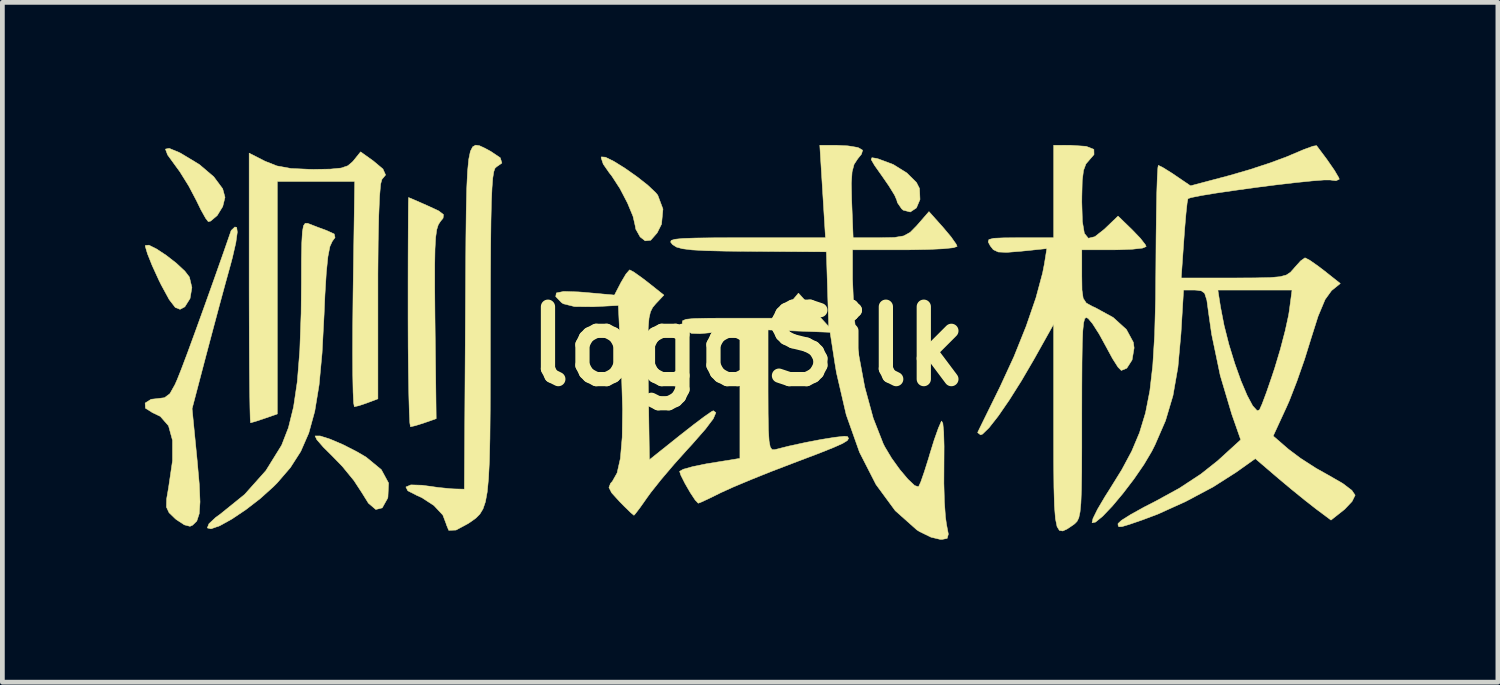
<source format=kicad_pcb>
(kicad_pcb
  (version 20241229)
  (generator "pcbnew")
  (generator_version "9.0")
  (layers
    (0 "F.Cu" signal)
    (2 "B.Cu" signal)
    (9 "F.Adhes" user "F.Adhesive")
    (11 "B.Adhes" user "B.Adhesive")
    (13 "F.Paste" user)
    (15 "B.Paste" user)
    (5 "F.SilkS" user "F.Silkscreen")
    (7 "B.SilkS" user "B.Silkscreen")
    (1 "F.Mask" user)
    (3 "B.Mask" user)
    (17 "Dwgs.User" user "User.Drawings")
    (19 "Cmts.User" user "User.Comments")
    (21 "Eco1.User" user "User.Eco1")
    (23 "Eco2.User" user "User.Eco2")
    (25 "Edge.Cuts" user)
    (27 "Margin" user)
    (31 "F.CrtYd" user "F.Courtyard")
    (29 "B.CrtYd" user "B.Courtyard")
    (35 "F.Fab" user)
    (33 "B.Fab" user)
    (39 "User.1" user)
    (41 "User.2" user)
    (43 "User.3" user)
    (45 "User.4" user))
  (footprint "logoSilk"
    (layer "F.Cu")
    (at 12.693 4.24)
    (property "Reference" "logoSilk" (at 0 0 0) (layer "F.SilkS") (effects (font (size 1.524 1.524) (thickness 0.3))))
    (attr through_hole)
    (fp_poly (pts (xy -12.448 -2.05) (xy -12.242 -1.914) (xy -12.03 -1.749) (xy -11.853 -1.584) (xy -11.756 -1.458) (xy -11.704 -1.237) (xy -11.743 -1.007) (xy -11.853 -0.832) (xy -11.953 -0.779) (xy -12.054 -0.819) (xy -12.182 -0.985) (xy -12.349 -1.292) (xy -12.401 -1.397) (xy -12.54 -1.701) (xy -12.639 -1.949) (xy -12.684 -2.101) (xy -12.684 -2.123) (xy -12.608 -2.13) (xy -12.448 -2.05)) (stroke (width 0.01) (type solid)) (fill yes) (layer "F.SilkS"))
    (fp_poly (pts (xy -11.974 -4.082) (xy -11.94 -4.065) (xy -11.546 -3.827) (xy -11.243 -3.569) (xy -11.056 -3.317) (xy -11.007 -3.137) (xy -11.055 -2.943) (xy -11.171 -2.754) (xy -11.309 -2.637) (xy -11.359 -2.625) (xy -11.414 -2.695) (xy -11.515 -2.876) (xy -11.606 -3.063) (xy -11.769 -3.373) (xy -11.955 -3.672) (xy -12.044 -3.794) (xy -12.215 -4.029) (xy -12.261 -4.152) (xy -12.182 -4.168) (xy -11.974 -4.082)) (stroke (width 0.01) (type solid)) (fill yes) (layer "F.SilkS"))
    (fp_poly (pts (xy 2.704 -3.956) (xy 2.74 -3.947) (xy 3.06 -3.827) (xy 3.345 -3.649) (xy 3.547 -3.449) (xy 3.611 -3.323) (xy 3.621 -3.091) (xy 3.546 -2.914) (xy 3.417 -2.828) (xy 3.267 -2.867) (xy 3.235 -2.895) (xy 3.145 -3.026) (xy 3.133 -3.076) (xy 3.087 -3.182) (xy 2.967 -3.377) (xy 2.828 -3.578) (xy 2.665 -3.809) (xy 2.594 -3.931) (xy 2.609 -3.971) (xy 2.704 -3.956)) (stroke (width 0.01) (type solid)) (fill yes) (layer "F.SilkS"))
    (fp_poly (pts (xy -8.795 1.953) (xy -8.523 2.069) (xy -8.233 2.217) (xy -8.038 2.331) (xy -7.717 2.595) (xy -7.564 2.877) (xy -7.578 3.176) (xy -7.585 3.199) (xy -7.698 3.4) (xy -7.833 3.434) (xy -7.989 3.301) (xy -8.118 3.093) (xy -8.293 2.825) (xy -8.538 2.526) (xy -8.737 2.321) (xy -8.94 2.119) (xy -9.075 1.963) (xy -9.111 1.886) (xy -9.111 1.886) (xy -9.005 1.886) (xy -8.795 1.953)) (stroke (width 0.01) (type solid)) (fill yes) (layer "F.SilkS"))
    (fp_poly (pts (xy -2.999 -3.981) (xy -2.821 -3.893) (xy -2.588 -3.748) (xy -2.339 -3.573) (xy -2.111 -3.394) (xy -1.942 -3.235) (xy -1.898 -3.181) (xy -1.789 -2.89) (xy -1.819 -2.572) (xy -1.91 -2.39) (xy -2.047 -2.233) (xy -2.164 -2.221) (xy -2.269 -2.303) (xy -2.361 -2.467) (xy -2.373 -2.536) (xy -2.419 -2.737) (xy -2.536 -3.018) (xy -2.694 -3.321) (xy -2.866 -3.586) (xy -2.921 -3.656) (xy -3.046 -3.836) (xy -3.09 -3.968) (xy -3.085 -3.988) (xy -2.999 -3.981)) (stroke (width 0.01) (type solid)) (fill yes) (layer "F.SilkS"))
    (fp_poly (pts (xy -7.068 -3.102) (xy -6.884 -3.022) (xy -6.735 -2.956) (xy -6.506 -2.849) (xy -6.408 -2.773) (xy -6.417 -2.698) (xy -6.473 -2.629) (xy -6.517 -2.562) (xy -6.55 -2.458) (xy -6.573 -2.295) (xy -6.587 -2.053) (xy -6.593 -1.709) (xy -6.593 -1.243) (xy -6.588 -0.634) (xy -6.586 -0.478) (xy -6.562 1.522) (xy -6.807 1.608) (xy -6.996 1.668) (xy -7.103 1.693) (xy -7.117 1.612) (xy -7.128 1.383) (xy -7.138 1.027) (xy -7.146 0.565) (xy -7.152 0.019) (xy -7.154 -0.59) (xy -7.154 -0.72) (xy -7.154 -1.339) (xy -7.153 -1.9) (xy -7.151 -2.38) (xy -7.149 -2.76) (xy -7.147 -3.016) (xy -7.144 -3.129) (xy -7.144 -3.133) (xy -7.068 -3.102)) (stroke (width 0.01) (type solid)) (fill yes) (layer "F.SilkS"))
    (fp_poly (pts (xy -9.267 -2.589) (xy -9.25 -2.583) (xy -9.06 -2.509) (xy -8.865 -2.437) (xy -8.708 -2.365) (xy -8.691 -2.29) (xy -8.748 -2.213) (xy -8.799 -2.102) (xy -8.841 -1.888) (xy -8.875 -1.552) (xy -8.904 -1.077) (xy -8.921 -0.677) (xy -8.964 0.14) (xy -9.027 0.813) (xy -9.118 1.367) (xy -9.244 1.825) (xy -9.413 2.212) (xy -9.631 2.552) (xy -9.906 2.871) (xy -9.986 2.952) (xy -10.266 3.204) (xy -10.569 3.438) (xy -10.863 3.635) (xy -11.117 3.776) (xy -11.302 3.841) (xy -11.38 3.822) (xy -11.345 3.734) (xy -11.203 3.601) (xy -11.111 3.535) (xy -10.594 3.117) (xy -10.146 2.615) (xy -9.817 2.084) (xy -9.812 2.073) (xy -9.672 1.712) (xy -9.564 1.274) (xy -9.485 0.739) (xy -9.433 0.088) (xy -9.405 -0.699) (xy -9.399 -1.343) (xy -9.398 -1.837) (xy -9.391 -2.186) (xy -9.378 -2.412) (xy -9.355 -2.539) (xy -9.319 -2.59) (xy -9.267 -2.589)) (stroke (width 0.01) (type solid)) (fill yes) (layer "F.SilkS"))
    (fp_poly (pts (xy -10.761 -2.503) (xy -10.748 -2.405) (xy -10.779 -2.182) (xy -10.85 -1.872) (xy -10.892 -1.714) (xy -10.996 -1.338) (xy -11.126 -0.859) (xy -11.265 -0.339) (xy -11.398 0.162) (xy -11.4 0.169) (xy -11.7 1.312) (xy -11.593 2.401) (xy -11.548 2.91) (xy -11.533 3.275) (xy -11.55 3.523) (xy -11.601 3.678) (xy -11.689 3.764) (xy -11.744 3.788) (xy -11.863 3.757) (xy -12.035 3.644) (xy -12.059 3.623) (xy -12.185 3.501) (xy -12.24 3.383) (xy -12.236 3.212) (xy -12.195 2.973) (xy -12.112 2.408) (xy -12.112 1.978) (xy -12.196 1.672) (xy -12.369 1.474) (xy -12.531 1.397) (xy -12.682 1.302) (xy -12.688 1.193) (xy -12.563 1.114) (xy -12.443 1.101) (xy -12.281 1.081) (xy -12.167 0.996) (xy -12.06 0.805) (xy -12.013 0.699) (xy -11.928 0.485) (xy -11.798 0.141) (xy -11.634 -0.307) (xy -11.445 -0.83) (xy -11.242 -1.399) (xy -11.035 -1.985) (xy -10.877 -2.44) (xy -10.799 -2.513) (xy -10.761 -2.503)) (stroke (width 0.01) (type solid)) (fill yes) (layer "F.SilkS"))
    (fp_poly (pts (xy -7.887 -3.904) (xy -7.683 -3.733) (xy -7.627 -3.608) (xy -7.705 -3.514) (xy -7.732 -3.413) (xy -7.754 -3.153) (xy -7.771 -2.744) (xy -7.783 -2.198) (xy -7.789 -1.523) (xy -7.789 -1.178) (xy -7.789 1.105) (xy -8.007 1.187) (xy -8.188 1.249) (xy -8.285 1.27) (xy -8.3 1.189) (xy -8.311 0.96) (xy -8.318 0.605) (xy -8.321 0.144) (xy -8.319 -0.4) (xy -8.313 -1.006) (xy -8.312 -1.101) (xy -8.277 -3.471) (xy -9.091 -3.471) (xy -9.906 -3.471) (xy -9.906 1.423) (xy -10.173 1.516) (xy -10.362 1.579) (xy -10.466 1.608) (xy -10.469 1.609) (xy -10.476 1.527) (xy -10.482 1.296) (xy -10.488 0.935) (xy -10.493 0.463) (xy -10.496 -0.1) (xy -10.498 -0.735) (xy -10.499 -1.229) (xy -10.499 -4.067) (xy -10.163 -3.896) (xy -9.915 -3.798) (xy -9.618 -3.744) (xy -9.216 -3.726) (xy -9.14 -3.725) (xy -8.788 -3.731) (xy -8.563 -3.753) (xy -8.422 -3.801) (xy -8.323 -3.885) (xy -8.302 -3.909) (xy -8.153 -4.094) (xy -7.887 -3.904)) (stroke (width 0.01) (type solid)) (fill yes) (layer "F.SilkS"))
    (fp_poly (pts (xy -5.653 -4.224) (xy -5.556 -4.18) (xy -5.438 -4.117) (xy -5.414 -4.104) (xy -5.213 -3.969) (xy -5.179 -3.858) (xy -5.292 -3.779) (xy -5.324 -3.749) (xy -5.35 -3.675) (xy -5.371 -3.543) (xy -5.387 -3.337) (xy -5.4 -3.043) (xy -5.409 -2.646) (xy -5.415 -2.13) (xy -5.419 -1.482) (xy -5.421 -0.686) (xy -5.422 -0.278) (xy -5.423 0.609) (xy -5.425 1.343) (xy -5.431 1.94) (xy -5.442 2.415) (xy -5.461 2.785) (xy -5.488 3.066) (xy -5.526 3.273) (xy -5.577 3.422) (xy -5.643 3.531) (xy -5.725 3.614) (xy -5.826 3.687) (xy -5.89 3.73) (xy -6.145 3.867) (xy -6.298 3.873) (xy -6.35 3.747) (xy -6.35 3.74) (xy -6.422 3.551) (xy -6.61 3.35) (xy -6.867 3.183) (xy -6.964 3.14) (xy -7.16 3.04) (xy -7.2 2.96) (xy -7.095 2.916) (xy -6.858 2.923) (xy -6.795 2.932) (xy -6.505 2.972) (xy -6.251 2.997) (xy -6.181 3.001) (xy -5.969 3.006) (xy -5.947 -0.614) (xy -5.942 -1.511) (xy -5.937 -2.253) (xy -5.93 -2.853) (xy -5.919 -3.324) (xy -5.902 -3.681) (xy -5.877 -3.937) (xy -5.842 -4.106) (xy -5.794 -4.2) (xy -5.732 -4.235) (xy -5.653 -4.224)) (stroke (width 0.01) (type solid)) (fill yes) (layer "F.SilkS"))
    (fp_poly (pts (xy -2.397 -1.56) (xy -2.224 -1.437) (xy -2.103 -1.344) (xy -1.769 -1.079) (xy -1.945 -0.892) (xy -2.007 -0.817) (xy -2.052 -0.726) (xy -2.082 -0.595) (xy -2.099 -0.398) (xy -2.106 -0.108) (xy -2.105 0.3) (xy -2.097 0.841) (xy -2.074 2.387) (xy -1.428 1.871) (xy -1.147 1.651) (xy -0.916 1.477) (xy -0.767 1.374) (xy -0.729 1.355) (xy -0.675 1.395) (xy -0.729 1.522) (xy -0.896 1.743) (xy -1.181 2.068) (xy -1.268 2.162) (xy -1.553 2.48) (xy -1.826 2.801) (xy -2.044 3.075) (xy -2.118 3.177) (xy -2.266 3.387) (xy -2.37 3.524) (xy -2.4 3.556) (xy -2.466 3.501) (xy -2.61 3.361) (xy -2.704 3.265) (xy -2.869 3.083) (xy -2.926 2.971) (xy -2.892 2.883) (xy -2.854 2.842) (xy -2.754 2.664) (xy -2.685 2.358) (xy -2.647 1.914) (xy -2.639 1.322) (xy -2.661 0.574) (xy -2.666 0.456) (xy -2.728 -0.861) (xy -3.257 -0.834) (xy -3.648 -0.837) (xy -3.886 -0.896) (xy -3.925 -0.922) (xy -4.046 -1.048) (xy -4.033 -1.124) (xy -3.877 -1.156) (xy -3.569 -1.146) (xy -3.437 -1.136) (xy -2.81 -1.079) (xy -2.673 -1.344) (xy -2.569 -1.52) (xy -2.494 -1.607) (xy -2.487 -1.609) (xy -2.397 -1.56)) (stroke (width 0.01) (type solid)) (fill yes) (layer "F.SilkS"))
    (fp_poly (pts (xy 6.795 -4.232) (xy 7.119 -4.21) (xy 7.281 -4.146) (xy 7.284 -4.037) (xy 7.199 -3.939) (xy 7.114 -3.84) (xy 7.063 -3.703) (xy 7.036 -3.489) (xy 7.028 -3.157) (xy 7.027 -3.035) (xy 7.039 -2.628) (xy 7.081 -2.378) (xy 7.165 -2.275) (xy 7.301 -2.308) (xy 7.501 -2.465) (xy 7.552 -2.514) (xy 7.79 -2.742) (xy 8.086 -2.455) (xy 8.259 -2.275) (xy 8.365 -2.139) (xy 8.382 -2.1) (xy 8.304 -2.068) (xy 8.097 -2.045) (xy 7.8 -2.033) (xy 7.705 -2.032) (xy 7.027 -2.032) (xy 7.027 -1.483) (xy 7.031 -1.185) (xy 7.056 -1.011) (xy 7.121 -0.912) (xy 7.246 -0.842) (xy 7.303 -0.818) (xy 7.687 -0.608) (xy 7.966 -0.355) (xy 8.112 -0.085) (xy 8.128 0.033) (xy 8.085 0.287) (xy 7.974 0.46) (xy 7.858 0.508) (xy 7.789 0.438) (xy 7.673 0.256) (xy 7.543 0.016) (xy 7.393 -0.258) (xy 7.251 -0.48) (xy 7.161 -0.587) (xy 7.12 -0.608) (xy 7.089 -0.584) (xy 7.065 -0.496) (xy 7.048 -0.327) (xy 7.037 -0.059) (xy 7.031 0.327) (xy 7.028 0.847) (xy 7.027 1.466) (xy 7.027 2.127) (xy 7.025 2.639) (xy 7.019 3.022) (xy 7.008 3.298) (xy 6.99 3.486) (xy 6.964 3.608) (xy 6.927 3.684) (xy 6.878 3.734) (xy 6.839 3.763) (xy 6.72 3.843) (xy 6.627 3.886) (xy 6.556 3.875) (xy 6.506 3.794) (xy 6.472 3.626) (xy 6.451 3.355) (xy 6.44 2.965) (xy 6.435 2.44) (xy 6.434 1.762) (xy 6.434 1.714) (xy 6.434 -0.466) (xy 6.02 0.273) (xy 5.757 0.723) (xy 5.501 1.129) (xy 5.268 1.467) (xy 5.074 1.714) (xy 4.937 1.847) (xy 4.896 1.863) (xy 4.836 1.817) (xy 4.841 1.799) (xy 4.888 1.702) (xy 4.994 1.486) (xy 5.143 1.183) (xy 5.308 0.847) (xy 5.599 0.216) (xy 5.855 -0.422) (xy 6.062 -1.023) (xy 6.202 -1.544) (xy 6.238 -1.728) (xy 6.291 -2.058) (xy 5.748 -2.002) (xy 5.448 -1.978) (xy 5.268 -1.986) (xy 5.164 -2.035) (xy 5.1 -2.116) (xy 5.057 -2.198) (xy 5.072 -2.249) (xy 5.174 -2.275) (xy 5.391 -2.284) (xy 5.714 -2.286) (xy 6.435 -2.286) (xy 6.435 -4.233) (xy 6.795 -4.232)) (stroke (width 0.01) (type solid)) (fill yes) (layer "F.SilkS"))
    (fp_poly (pts (xy 2.104 -4.22) (xy 2.3 -4.188) (xy 2.326 -4.18) (xy 2.414 -4.128) (xy 2.389 -4.045) (xy 2.31 -3.947) (xy 2.234 -3.831) (xy 2.192 -3.674) (xy 2.176 -3.435) (xy 2.183 -3.073) (xy 2.185 -3.027) (xy 2.214 -2.286) (xy 2.773 -2.286) (xy 3.081 -2.292) (xy 3.276 -2.324) (xy 3.415 -2.4) (xy 3.553 -2.54) (xy 3.571 -2.561) (xy 3.81 -2.836) (xy 4.106 -2.505) (xy 4.274 -2.305) (xy 4.381 -2.153) (xy 4.403 -2.103) (xy 4.323 -2.076) (xy 4.106 -2.054) (xy 3.782 -2.039) (xy 3.383 -2.032) (xy 3.302 -2.032) (xy 2.201 -2.032) (xy 2.201 -1.416) (xy 2.233 -0.651) (xy 2.321 0.12) (xy 2.458 0.856) (xy 2.637 1.513) (xy 2.848 2.051) (xy 2.881 2.116) (xy 3.023 2.353) (xy 3.195 2.592) (xy 3.367 2.796) (xy 3.509 2.93) (xy 3.59 2.956) (xy 3.59 2.956) (xy 3.637 2.856) (xy 3.713 2.637) (xy 3.806 2.342) (xy 3.824 2.279) (xy 3.92 1.969) (xy 4.008 1.721) (xy 4.069 1.582) (xy 4.076 1.572) (xy 4.102 1.619) (xy 4.12 1.805) (xy 4.128 2.101) (xy 4.126 2.461) (xy 4.124 2.885) (xy 4.135 3.277) (xy 4.157 3.59) (xy 4.179 3.747) (xy 4.218 3.952) (xy 4.193 4.042) (xy 4.084 4.064) (xy 4.051 4.064) (xy 3.853 4.017) (xy 3.613 3.9) (xy 3.554 3.863) (xy 3.1 3.459) (xy 2.695 2.908) (xy 2.348 2.229) (xy 2.068 1.439) (xy 1.863 0.556) (xy 1.828 0.345) (xy 1.729 -0.296) (xy 1.076 -0.321) (xy 0.423 -0.346) (xy 0.423 0.933) (xy 0.425 1.424) (xy 0.431 1.769) (xy 0.445 1.993) (xy 0.469 2.119) (xy 0.506 2.172) (xy 0.56 2.175) (xy 0.572 2.172) (xy 0.871 2.097) (xy 1.209 2.024) (xy 1.543 1.96) (xy 1.83 1.914) (xy 2.029 1.892) (xy 2.095 1.898) (xy 2.118 1.938) (xy 2.091 1.983) (xy 1.993 2.043) (xy 1.803 2.128) (xy 1.501 2.249) (xy 1.065 2.414) (xy 0.929 2.466) (xy 0.482 2.637) (xy 0.054 2.809) (xy -0.311 2.962) (xy -0.569 3.079) (xy -0.599 3.094) (xy -0.833 3.209) (xy -0.998 3.285) (xy -1.047 3.302) (xy -1.11 3.236) (xy -1.215 3.077) (xy -1.327 2.883) (xy -1.413 2.712) (xy -1.439 2.631) (xy -1.362 2.587) (xy -1.158 2.53) (xy -0.868 2.471) (xy -0.804 2.461) (xy -0.169 2.358) (xy -0.169 -0.352) (xy -0.712 -0.294) (xy -1.01 -0.267) (xy -1.186 -0.273) (xy -1.284 -0.32) (xy -1.35 -0.414) (xy -1.384 -0.489) (xy -1.376 -0.539) (xy -1.301 -0.57) (xy -1.132 -0.586) (xy -0.844 -0.592) (xy -0.413 -0.593) (xy 0.623 -0.593) (xy 0.843 -0.857) (xy 1.063 -1.12) (xy 1.381 -0.768) (xy 1.7 -0.416) (xy 1.675 -1.203) (xy 1.651 -1.99) (xy 0.1 -1.999) (xy -0.464 -2.004) (xy -0.882 -2.014) (xy -1.178 -2.03) (xy -1.378 -2.055) (xy -1.505 -2.09) (xy -1.582 -2.139) (xy -1.591 -2.147) (xy -1.627 -2.194) (xy -1.616 -2.23) (xy -1.537 -2.254) (xy -1.371 -2.271) (xy -1.098 -2.28) (xy -0.698 -2.285) (xy -0.152 -2.286) (xy -0.049 -2.286) (xy 1.632 -2.286) (xy 1.572 -3.26) (xy 1.512 -4.233) (xy 1.85 -4.233) (xy 2.104 -4.22)) (stroke (width 0.01) (type solid)) (fill yes) (layer "F.SilkS"))
    (fp_poly (pts (xy 12.183 -3.938) (xy 12.347 -3.701) (xy 12.436 -3.549) (xy 12.446 -3.518) (xy 12.377 -3.486) (xy 12.253 -3.502) (xy 12.126 -3.502) (xy 11.871 -3.482) (xy 11.52 -3.446) (xy 11.109 -3.398) (xy 10.671 -3.342) (xy 10.24 -3.282) (xy 9.849 -3.225) (xy 9.533 -3.173) (xy 9.326 -3.131) (xy 9.261 -3.109) (xy 9.244 -3.018) (xy 9.22 -2.797) (xy 9.193 -2.482) (xy 9.177 -2.261) (xy 9.119 -1.439) (xy 10.226 -1.439) (xy 10.678 -1.441) (xy 10.992 -1.448) (xy 11.199 -1.466) (xy 11.331 -1.501) (xy 11.418 -1.558) (xy 11.492 -1.641) (xy 11.5 -1.651) (xy 11.632 -1.798) (xy 11.724 -1.863) (xy 11.726 -1.863) (xy 11.822 -1.814) (xy 12 -1.69) (xy 12.127 -1.593) (xy 12.468 -1.323) (xy 12.283 -1.173) (xy 12.148 -0.986) (xy 12 -0.633) (xy 11.853 -0.169) (xy 11.715 0.275) (xy 11.553 0.737) (xy 11.395 1.144) (xy 11.332 1.286) (xy 11.055 1.887) (xy 11.378 2.166) (xy 11.628 2.354) (xy 11.954 2.564) (xy 12.243 2.726) (xy 12.52 2.886) (xy 12.711 3.031) (xy 12.78 3.133) (xy 12.715 3.265) (xy 12.561 3.428) (xy 12.524 3.458) (xy 12.272 3.657) (xy 11.957 3.422) (xy 11.728 3.243) (xy 11.436 3.006) (xy 11.16 2.775) (xy 10.679 2.363) (xy 10.271 2.653) (xy 9.787 2.961) (xy 9.213 3.266) (xy 8.628 3.531) (xy 8.306 3.652) (xy 8.027 3.748) (xy 7.873 3.794) (xy 7.806 3.797) (xy 7.79 3.763) (xy 7.789 3.731) (xy 7.861 3.663) (xy 8.053 3.542) (xy 8.336 3.385) (xy 8.593 3.253) (xy 9.08 2.986) (xy 9.534 2.688) (xy 9.885 2.41) (xy 10.372 1.966) (xy 10.183 1.427) (xy 9.941 0.613) (xy 9.76 -0.253) (xy 9.696 -0.699) (xy 9.659 -0.972) (xy 9.612 -1.118) (xy 9.533 -1.175) (xy 9.405 -1.185) (xy 9.891 -1.185) (xy 9.947 -0.826) (xy 10.021 -0.443) (xy 10.124 -0.037) (xy 10.247 0.363) (xy 10.378 0.729) (xy 10.508 1.035) (xy 10.624 1.252) (xy 10.718 1.354) (xy 10.766 1.338) (xy 10.822 1.213) (xy 10.914 0.968) (xy 11.025 0.645) (xy 11.087 0.458) (xy 11.206 0.061) (xy 11.309 -0.333) (xy 11.38 -0.658) (xy 11.394 -0.748) (xy 11.452 -1.185) (xy 9.891 -1.185) (xy 9.405 -1.185) (xy 9.169 -1.185) (xy 9.114 -0.27) (xy 9.05 0.441) (xy 8.946 1.036) (xy 8.789 1.564) (xy 8.567 2.075) (xy 8.499 2.21) (xy 8.334 2.488) (xy 8.125 2.792) (xy 7.895 3.093) (xy 7.668 3.364) (xy 7.467 3.575) (xy 7.316 3.699) (xy 7.243 3.714) (xy 7.262 3.624) (xy 7.358 3.429) (xy 7.515 3.163) (xy 7.611 3.012) (xy 7.869 2.596) (xy 8.078 2.206) (xy 8.242 1.816) (xy 8.368 1.401) (xy 8.459 0.937) (xy 8.521 0.398) (xy 8.56 -0.241) (xy 8.58 -1.004) (xy 8.586 -1.714) (xy 8.59 -2.29) (xy 8.597 -2.805) (xy 8.605 -3.237) (xy 8.616 -3.563) (xy 8.628 -3.76) (xy 8.638 -3.81) (xy 8.728 -3.767) (xy 8.905 -3.657) (xy 8.999 -3.594) (xy 9.316 -3.379) (xy 10.134 -3.596) (xy 10.555 -3.718) (xy 10.979 -3.857) (xy 11.337 -3.989) (xy 11.447 -4.036) (xy 11.705 -4.145) (xy 11.893 -4.213) (xy 11.968 -4.225) (xy 12.183 -3.938)) (stroke (width 0.01) (type solid)) (fill yes) (layer "F.SilkS")))
  (gr_rect
    (start -3 -3)
    (end 28.478 11.309)
    (stroke (width 0.1) (type default))
    (fill no)
    (layer "Edge.Cuts")))
</source>
